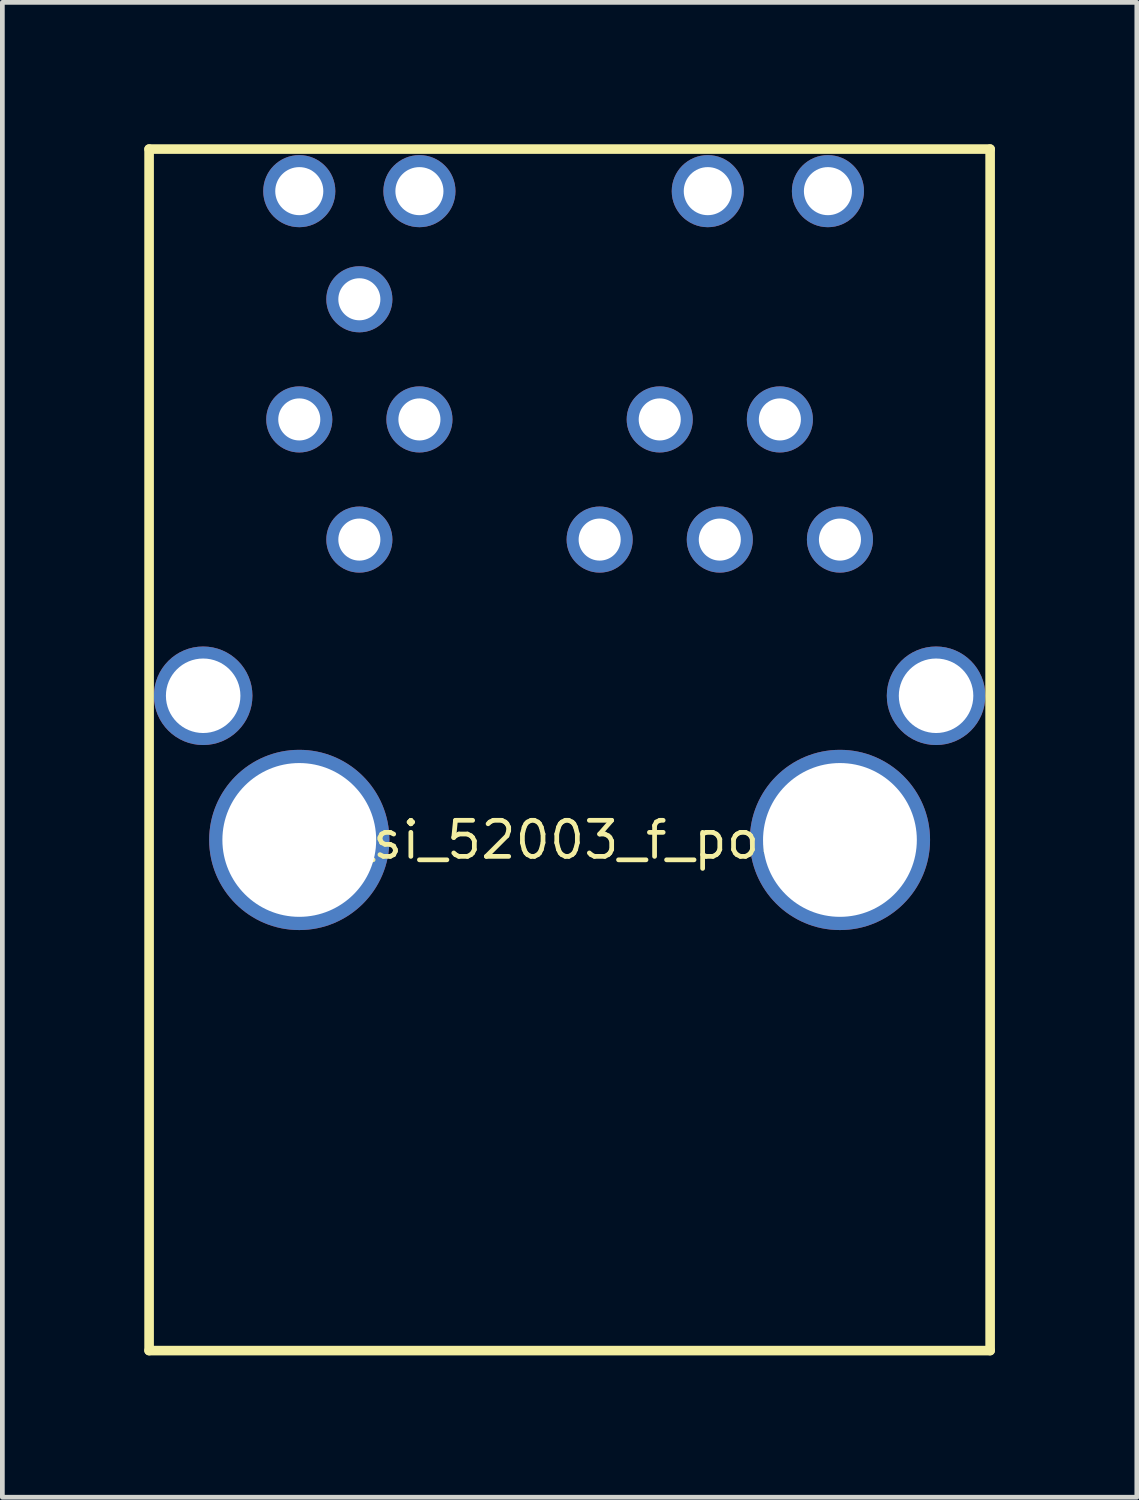
<source format=kicad_pcb>
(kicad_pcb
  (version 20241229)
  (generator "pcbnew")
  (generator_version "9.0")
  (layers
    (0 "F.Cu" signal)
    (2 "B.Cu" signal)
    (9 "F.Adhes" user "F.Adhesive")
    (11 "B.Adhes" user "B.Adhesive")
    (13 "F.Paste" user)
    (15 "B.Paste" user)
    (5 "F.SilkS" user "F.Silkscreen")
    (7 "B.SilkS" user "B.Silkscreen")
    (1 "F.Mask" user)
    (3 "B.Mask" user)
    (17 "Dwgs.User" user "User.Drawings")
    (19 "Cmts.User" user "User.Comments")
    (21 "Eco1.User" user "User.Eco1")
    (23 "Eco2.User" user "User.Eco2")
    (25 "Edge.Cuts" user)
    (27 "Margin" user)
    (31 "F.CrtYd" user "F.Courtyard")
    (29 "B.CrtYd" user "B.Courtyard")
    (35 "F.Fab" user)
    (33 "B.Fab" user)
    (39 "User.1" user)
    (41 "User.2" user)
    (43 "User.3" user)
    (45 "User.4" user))
  (footprint "rj45_si_52003_f_poe_eth"
    (layer "F.Cu")
    (at 8.992 14.707)
    (property "Reference" "rj45_si_52003_f_poe_eth" (at 0 0 0) (layer "F.SilkS") (effects (font (size 0.762 0.762) (thickness 0.1))))
    (attr through_hole)
    (fp_poly (pts (xy -6.556 -3.048) (xy -6.578 -3.28) (xy -6.646 -3.504) (xy -6.756 -3.71) (xy -6.905 -3.89) (xy -7.085 -4.039) (xy -7.291 -4.149) (xy -7.515 -4.217) (xy -7.747 -4.239) (xy -7.979 -4.217) (xy -8.203 -4.149) (xy -8.409 -4.039) (xy -8.589 -3.89) (xy -8.738 -3.71) (xy -8.848 -3.504) (xy -8.916 -3.28) (xy -8.938 -3.048) (xy -8.916 -2.816) (xy -8.848 -2.592) (xy -8.738 -2.386) (xy -8.589 -2.206) (xy -8.409 -2.057) (xy -8.203 -1.947) (xy -7.979 -1.879) (xy -7.747 -1.857) (xy -7.515 -1.879) (xy -7.291 -1.947) (xy -7.085 -2.057) (xy -6.905 -2.206) (xy -6.756 -2.386) (xy -6.646 -2.592) (xy -6.578 -2.816)) (stroke (width 0) (type solid)) (fill yes) (layer "F.Mask"))
    (fp_poly (pts (xy -4.867 -8.89) (xy -4.883 -9.056) (xy -4.931 -9.215) (xy -5.009 -9.361) (xy -5.115 -9.49) (xy -5.244 -9.596) (xy -5.39 -9.674) (xy -5.549 -9.722) (xy -5.715 -9.739) (xy -5.881 -9.722) (xy -6.04 -9.674) (xy -6.186 -9.596) (xy -6.315 -9.49) (xy -6.421 -9.361) (xy -6.499 -9.215) (xy -6.547 -9.056) (xy -6.564 -8.89) (xy -6.547 -8.724) (xy -6.499 -8.565) (xy -6.421 -8.419) (xy -6.315 -8.29) (xy -6.186 -8.184) (xy -6.04 -8.106) (xy -5.881 -8.058) (xy -5.715 -8.041) (xy -5.549 -8.058) (xy -5.39 -8.106) (xy -5.244 -8.184) (xy -5.115 -8.29) (xy -5.009 -8.419) (xy -4.931 -8.565) (xy -4.883 -8.724)) (stroke (width 0) (type solid)) (fill yes) (layer "F.Mask"))
    (fp_poly (pts (xy -4.803 -13.716) (xy -4.821 -13.894) (xy -4.872 -14.065) (xy -4.957 -14.223) (xy -5.07 -14.361) (xy -5.208 -14.474) (xy -5.366 -14.559) (xy -5.537 -14.61) (xy -5.715 -14.628) (xy -5.893 -14.61) (xy -6.064 -14.559) (xy -6.222 -14.474) (xy -6.36 -14.361) (xy -6.473 -14.223) (xy -6.558 -14.065) (xy -6.609 -13.894) (xy -6.627 -13.716) (xy -6.609 -13.538) (xy -6.558 -13.367) (xy -6.473 -13.209) (xy -6.36 -13.071) (xy -6.222 -12.958) (xy -6.064 -12.873) (xy -5.893 -12.822) (xy -5.715 -12.804) (xy -5.537 -12.822) (xy -5.366 -12.873) (xy -5.208 -12.958) (xy -5.07 -13.071) (xy -4.957 -13.209) (xy -4.872 -13.367) (xy -4.821 -13.538)) (stroke (width 0) (type solid)) (fill yes) (layer "F.Mask"))
    (fp_poly (pts (xy -3.66 0) (xy -3.699 -0.401) (xy -3.816 -0.786) (xy -4.006 -1.142) (xy -4.262 -1.453) (xy -4.573 -1.709) (xy -4.929 -1.899) (xy -5.314 -2.016) (xy -5.715 -2.055) (xy -6.116 -2.016) (xy -6.501 -1.899) (xy -6.857 -1.709) (xy -7.168 -1.453) (xy -7.424 -1.142) (xy -7.614 -0.786) (xy -7.731 -0.401) (xy -7.77 0) (xy -7.731 0.401) (xy -7.614 0.786) (xy -7.424 1.142) (xy -7.168 1.453) (xy -6.857 1.709) (xy -6.501 1.899) (xy -6.116 2.016) (xy -5.715 2.055) (xy -5.314 2.016) (xy -4.929 1.899) (xy -4.573 1.709) (xy -4.262 1.453) (xy -4.006 1.142) (xy -3.816 0.786) (xy -3.699 0.401)) (stroke (width 0) (type solid)) (fill yes) (layer "F.Mask"))
    (fp_poly (pts (xy -3.596 -11.43) (xy -3.613 -11.596) (xy -3.661 -11.755) (xy -3.739 -11.901) (xy -3.845 -12.03) (xy -3.974 -12.136) (xy -4.12 -12.214) (xy -4.279 -12.262) (xy -4.445 -12.278) (xy -4.611 -12.262) (xy -4.77 -12.214) (xy -4.916 -12.136) (xy -5.045 -12.03) (xy -5.151 -11.901) (xy -5.229 -11.755) (xy -5.277 -11.596) (xy -5.293 -11.43) (xy -5.277 -11.264) (xy -5.229 -11.105) (xy -5.151 -10.959) (xy -5.045 -10.83) (xy -4.916 -10.724) (xy -4.77 -10.646) (xy -4.611 -10.598) (xy -4.445 -10.582) (xy -4.279 -10.598) (xy -4.12 -10.646) (xy -3.974 -10.724) (xy -3.845 -10.83) (xy -3.739 -10.959) (xy -3.661 -11.105) (xy -3.613 -11.264)) (stroke (width 0) (type solid)) (fill yes) (layer "F.Mask"))
    (fp_poly (pts (xy -3.596 -6.35) (xy -3.613 -6.516) (xy -3.661 -6.675) (xy -3.739 -6.821) (xy -3.845 -6.95) (xy -3.974 -7.056) (xy -4.12 -7.134) (xy -4.279 -7.182) (xy -4.445 -7.199) (xy -4.611 -7.182) (xy -4.77 -7.134) (xy -4.916 -7.056) (xy -5.045 -6.95) (xy -5.151 -6.821) (xy -5.229 -6.675) (xy -5.277 -6.516) (xy -5.293 -6.35) (xy -5.277 -6.184) (xy -5.229 -6.025) (xy -5.151 -5.879) (xy -5.045 -5.75) (xy -4.916 -5.644) (xy -4.77 -5.566) (xy -4.611 -5.518) (xy -4.445 -5.502) (xy -4.279 -5.518) (xy -4.12 -5.566) (xy -3.974 -5.644) (xy -3.845 -5.75) (xy -3.739 -5.879) (xy -3.661 -6.025) (xy -3.613 -6.184)) (stroke (width 0) (type solid)) (fill yes) (layer "F.Mask"))
    (fp_poly (pts (xy -2.326 -8.89) (xy -2.343 -9.056) (xy -2.391 -9.215) (xy -2.469 -9.361) (xy -2.575 -9.49) (xy -2.704 -9.596) (xy -2.85 -9.674) (xy -3.009 -9.722) (xy -3.175 -9.739) (xy -3.341 -9.722) (xy -3.5 -9.674) (xy -3.646 -9.596) (xy -3.775 -9.49) (xy -3.881 -9.361) (xy -3.959 -9.215) (xy -4.007 -9.056) (xy -4.024 -8.89) (xy -4.007 -8.724) (xy -3.959 -8.565) (xy -3.881 -8.419) (xy -3.775 -8.29) (xy -3.646 -8.184) (xy -3.5 -8.106) (xy -3.341 -8.058) (xy -3.175 -8.041) (xy -3.009 -8.058) (xy -2.85 -8.106) (xy -2.704 -8.184) (xy -2.575 -8.29) (xy -2.469 -8.419) (xy -2.391 -8.565) (xy -2.343 -8.724)) (stroke (width 0) (type solid)) (fill yes) (layer "F.Mask"))
    (fp_poly (pts (xy -2.263 -13.716) (xy -2.281 -13.894) (xy -2.332 -14.065) (xy -2.417 -14.223) (xy -2.53 -14.361) (xy -2.668 -14.474) (xy -2.826 -14.559) (xy -2.997 -14.61) (xy -3.175 -14.628) (xy -3.353 -14.61) (xy -3.524 -14.559) (xy -3.682 -14.474) (xy -3.82 -14.361) (xy -3.933 -14.223) (xy -4.018 -14.065) (xy -4.069 -13.894) (xy -4.087 -13.716) (xy -4.069 -13.538) (xy -4.018 -13.367) (xy -3.933 -13.209) (xy -3.82 -13.071) (xy -3.682 -12.958) (xy -3.524 -12.873) (xy -3.353 -12.822) (xy -3.175 -12.804) (xy -2.997 -12.822) (xy -2.826 -12.873) (xy -2.668 -12.958) (xy -2.53 -13.071) (xy -2.417 -13.209) (xy -2.332 -13.367) (xy -2.281 -13.538)) (stroke (width 0) (type solid)) (fill yes) (layer "F.Mask"))
    (fp_poly (pts (xy 1.484 -6.35) (xy 1.467 -6.516) (xy 1.419 -6.675) (xy 1.341 -6.821) (xy 1.235 -6.95) (xy 1.106 -7.056) (xy 0.96 -7.134) (xy 0.801 -7.182) (xy 0.635 -7.199) (xy 0.469 -7.182) (xy 0.31 -7.134) (xy 0.164 -7.056) (xy 0.035 -6.95) (xy -0.071 -6.821) (xy -0.149 -6.675) (xy -0.197 -6.516) (xy -0.213 -6.35) (xy -0.197 -6.184) (xy -0.149 -6.025) (xy -0.071 -5.879) (xy 0.035 -5.75) (xy 0.164 -5.644) (xy 0.31 -5.566) (xy 0.469 -5.518) (xy 0.635 -5.502) (xy 0.801 -5.518) (xy 0.96 -5.566) (xy 1.106 -5.644) (xy 1.235 -5.75) (xy 1.341 -5.879) (xy 1.419 -6.025) (xy 1.467 -6.184)) (stroke (width 0) (type solid)) (fill yes) (layer "F.Mask"))
    (fp_poly (pts (xy 2.753 -8.89) (xy 2.737 -9.056) (xy 2.689 -9.215) (xy 2.611 -9.361) (xy 2.505 -9.49) (xy 2.376 -9.596) (xy 2.23 -9.674) (xy 2.071 -9.722) (xy 1.905 -9.739) (xy 1.739 -9.722) (xy 1.58 -9.674) (xy 1.434 -9.596) (xy 1.305 -9.49) (xy 1.199 -9.361) (xy 1.121 -9.215) (xy 1.073 -9.056) (xy 1.056 -8.89) (xy 1.073 -8.724) (xy 1.121 -8.565) (xy 1.199 -8.419) (xy 1.305 -8.29) (xy 1.434 -8.184) (xy 1.58 -8.106) (xy 1.739 -8.058) (xy 1.905 -8.041) (xy 2.071 -8.058) (xy 2.23 -8.106) (xy 2.376 -8.184) (xy 2.505 -8.29) (xy 2.611 -8.419) (xy 2.689 -8.565) (xy 2.737 -8.724)) (stroke (width 0) (type solid)) (fill yes) (layer "F.Mask"))
    (fp_poly (pts (xy 3.833 -13.716) (xy 3.815 -13.894) (xy 3.764 -14.065) (xy 3.679 -14.223) (xy 3.566 -14.361) (xy 3.428 -14.474) (xy 3.27 -14.559) (xy 3.099 -14.61) (xy 2.921 -14.628) (xy 2.743 -14.61) (xy 2.572 -14.559) (xy 2.414 -14.474) (xy 2.276 -14.361) (xy 2.163 -14.223) (xy 2.078 -14.065) (xy 2.027 -13.894) (xy 2.009 -13.716) (xy 2.027 -13.538) (xy 2.078 -13.367) (xy 2.163 -13.209) (xy 2.276 -13.071) (xy 2.414 -12.958) (xy 2.572 -12.873) (xy 2.743 -12.822) (xy 2.921 -12.804) (xy 3.099 -12.822) (xy 3.27 -12.873) (xy 3.428 -12.958) (xy 3.566 -13.071) (xy 3.679 -13.209) (xy 3.764 -13.367) (xy 3.815 -13.538)) (stroke (width 0) (type solid)) (fill yes) (layer "F.Mask"))
    (fp_poly (pts (xy 4.024 -6.35) (xy 4.007 -6.516) (xy 3.959 -6.675) (xy 3.881 -6.821) (xy 3.775 -6.95) (xy 3.646 -7.056) (xy 3.5 -7.134) (xy 3.341 -7.182) (xy 3.175 -7.199) (xy 3.009 -7.182) (xy 2.85 -7.134) (xy 2.704 -7.056) (xy 2.575 -6.95) (xy 2.469 -6.821) (xy 2.391 -6.675) (xy 2.343 -6.516) (xy 2.326 -6.35) (xy 2.343 -6.184) (xy 2.391 -6.025) (xy 2.469 -5.879) (xy 2.575 -5.75) (xy 2.704 -5.644) (xy 2.85 -5.566) (xy 3.009 -5.518) (xy 3.175 -5.502) (xy 3.341 -5.518) (xy 3.5 -5.566) (xy 3.646 -5.644) (xy 3.775 -5.75) (xy 3.881 -5.879) (xy 3.959 -6.025) (xy 4.007 -6.184)) (stroke (width 0) (type solid)) (fill yes) (layer "F.Mask"))
    (fp_poly (pts (xy 5.293 -8.89) (xy 5.277 -9.056) (xy 5.229 -9.215) (xy 5.151 -9.361) (xy 5.045 -9.49) (xy 4.916 -9.596) (xy 4.77 -9.674) (xy 4.611 -9.722) (xy 4.445 -9.739) (xy 4.279 -9.722) (xy 4.12 -9.674) (xy 3.974 -9.596) (xy 3.845 -9.49) (xy 3.739 -9.361) (xy 3.661 -9.215) (xy 3.613 -9.056) (xy 3.596 -8.89) (xy 3.613 -8.724) (xy 3.661 -8.565) (xy 3.739 -8.419) (xy 3.845 -8.29) (xy 3.974 -8.184) (xy 4.12 -8.106) (xy 4.279 -8.058) (xy 4.445 -8.041) (xy 4.611 -8.058) (xy 4.77 -8.106) (xy 4.916 -8.184) (xy 5.045 -8.29) (xy 5.151 -8.419) (xy 5.229 -8.565) (xy 5.277 -8.724)) (stroke (width 0) (type solid)) (fill yes) (layer "F.Mask"))
    (fp_poly (pts (xy 6.373 -13.716) (xy 6.355 -13.894) (xy 6.304 -14.065) (xy 6.219 -14.223) (xy 6.106 -14.361) (xy 5.968 -14.474) (xy 5.81 -14.559) (xy 5.639 -14.61) (xy 5.461 -14.628) (xy 5.283 -14.61) (xy 5.112 -14.559) (xy 4.954 -14.474) (xy 4.816 -14.361) (xy 4.703 -14.223) (xy 4.618 -14.065) (xy 4.567 -13.894) (xy 4.549 -13.716) (xy 4.567 -13.538) (xy 4.618 -13.367) (xy 4.703 -13.209) (xy 4.816 -13.071) (xy 4.954 -12.958) (xy 5.112 -12.873) (xy 5.283 -12.822) (xy 5.461 -12.804) (xy 5.639 -12.822) (xy 5.81 -12.873) (xy 5.968 -12.958) (xy 6.106 -13.071) (xy 6.219 -13.209) (xy 6.304 -13.367) (xy 6.355 -13.538)) (stroke (width 0) (type solid)) (fill yes) (layer "F.Mask"))
    (fp_poly (pts (xy 6.564 -6.35) (xy 6.547 -6.516) (xy 6.499 -6.675) (xy 6.421 -6.821) (xy 6.315 -6.95) (xy 6.186 -7.056) (xy 6.04 -7.134) (xy 5.881 -7.182) (xy 5.715 -7.199) (xy 5.549 -7.182) (xy 5.39 -7.134) (xy 5.244 -7.056) (xy 5.115 -6.95) (xy 5.009 -6.821) (xy 4.931 -6.675) (xy 4.883 -6.516) (xy 4.867 -6.35) (xy 4.883 -6.184) (xy 4.931 -6.025) (xy 5.009 -5.879) (xy 5.115 -5.75) (xy 5.244 -5.644) (xy 5.39 -5.566) (xy 5.549 -5.518) (xy 5.715 -5.502) (xy 5.881 -5.518) (xy 6.04 -5.566) (xy 6.186 -5.644) (xy 6.315 -5.75) (xy 6.421 -5.879) (xy 6.499 -6.025) (xy 6.547 -6.184)) (stroke (width 0) (type solid)) (fill yes) (layer "F.Mask"))
    (fp_poly (pts (xy 7.77 0) (xy 7.731 -0.401) (xy 7.614 -0.786) (xy 7.424 -1.142) (xy 7.168 -1.453) (xy 6.857 -1.709) (xy 6.501 -1.899) (xy 6.116 -2.016) (xy 5.715 -2.055) (xy 5.314 -2.016) (xy 4.929 -1.899) (xy 4.573 -1.709) (xy 4.262 -1.453) (xy 4.006 -1.142) (xy 3.816 -0.786) (xy 3.699 -0.401) (xy 3.66 0) (xy 3.699 0.401) (xy 3.816 0.786) (xy 4.006 1.142) (xy 4.262 1.453) (xy 4.573 1.709) (xy 4.929 1.899) (xy 5.314 2.016) (xy 5.715 2.055) (xy 6.116 2.016) (xy 6.501 1.899) (xy 6.857 1.709) (xy 7.168 1.453) (xy 7.424 1.142) (xy 7.614 0.786) (xy 7.731 0.401)) (stroke (width 0) (type solid)) (fill yes) (layer "F.Mask"))
    (fp_poly (pts (xy 8.938 -3.048) (xy 8.916 -3.28) (xy 8.848 -3.504) (xy 8.738 -3.71) (xy 8.589 -3.89) (xy 8.409 -4.039) (xy 8.203 -4.149) (xy 7.979 -4.217) (xy 7.747 -4.239) (xy 7.515 -4.217) (xy 7.291 -4.149) (xy 7.085 -4.039) (xy 6.905 -3.89) (xy 6.756 -3.71) (xy 6.646 -3.504) (xy 6.578 -3.28) (xy 6.556 -3.048) (xy 6.578 -2.816) (xy 6.646 -2.592) (xy 6.756 -2.386) (xy 6.905 -2.206) (xy 7.085 -2.057) (xy 7.291 -1.947) (xy 7.515 -1.879) (xy 7.747 -1.857) (xy 7.979 -1.879) (xy 8.203 -1.947) (xy 8.409 -2.057) (xy 8.589 -2.206) (xy 8.738 -2.386) (xy 8.848 -2.592) (xy 8.916 -2.816)) (stroke (width 0) (type solid)) (fill yes) (layer "F.Mask"))
    (fp_poly (pts (xy -6.556 -3.048) (xy -6.578 -3.28) (xy -6.646 -3.504) (xy -6.756 -3.71) (xy -6.905 -3.89) (xy -7.085 -4.039) (xy -7.291 -4.149) (xy -7.515 -4.217) (xy -7.747 -4.239) (xy -7.979 -4.217) (xy -8.203 -4.149) (xy -8.409 -4.039) (xy -8.589 -3.89) (xy -8.738 -3.71) (xy -8.848 -3.504) (xy -8.916 -3.28) (xy -8.938 -3.048) (xy -8.916 -2.816) (xy -8.848 -2.592) (xy -8.738 -2.386) (xy -8.589 -2.206) (xy -8.409 -2.057) (xy -8.203 -1.947) (xy -7.979 -1.879) (xy -7.747 -1.857) (xy -7.515 -1.879) (xy -7.291 -1.947) (xy -7.085 -2.057) (xy -6.905 -2.206) (xy -6.756 -2.386) (xy -6.646 -2.592) (xy -6.578 -2.816)) (stroke (width 0) (type solid)) (fill yes) (layer "B.Mask"))
    (fp_poly (pts (xy -4.867 -8.89) (xy -4.883 -9.056) (xy -4.931 -9.215) (xy -5.009 -9.361) (xy -5.115 -9.49) (xy -5.244 -9.596) (xy -5.39 -9.674) (xy -5.549 -9.722) (xy -5.715 -9.739) (xy -5.881 -9.722) (xy -6.04 -9.674) (xy -6.186 -9.596) (xy -6.315 -9.49) (xy -6.421 -9.361) (xy -6.499 -9.215) (xy -6.547 -9.056) (xy -6.564 -8.89) (xy -6.547 -8.724) (xy -6.499 -8.565) (xy -6.421 -8.419) (xy -6.315 -8.29) (xy -6.186 -8.184) (xy -6.04 -8.106) (xy -5.881 -8.058) (xy -5.715 -8.041) (xy -5.549 -8.058) (xy -5.39 -8.106) (xy -5.244 -8.184) (xy -5.115 -8.29) (xy -5.009 -8.419) (xy -4.931 -8.565) (xy -4.883 -8.724)) (stroke (width 0) (type solid)) (fill yes) (layer "B.Mask"))
    (fp_poly (pts (xy -4.803 -13.716) (xy -4.821 -13.894) (xy -4.872 -14.065) (xy -4.957 -14.223) (xy -5.07 -14.361) (xy -5.208 -14.474) (xy -5.366 -14.559) (xy -5.537 -14.61) (xy -5.715 -14.628) (xy -5.893 -14.61) (xy -6.064 -14.559) (xy -6.222 -14.474) (xy -6.36 -14.361) (xy -6.473 -14.223) (xy -6.558 -14.065) (xy -6.609 -13.894) (xy -6.627 -13.716) (xy -6.609 -13.538) (xy -6.558 -13.367) (xy -6.473 -13.209) (xy -6.36 -13.071) (xy -6.222 -12.958) (xy -6.064 -12.873) (xy -5.893 -12.822) (xy -5.715 -12.804) (xy -5.537 -12.822) (xy -5.366 -12.873) (xy -5.208 -12.958) (xy -5.07 -13.071) (xy -4.957 -13.209) (xy -4.872 -13.367) (xy -4.821 -13.538)) (stroke (width 0) (type solid)) (fill yes) (layer "B.Mask"))
    (fp_poly (pts (xy -3.66 0) (xy -3.699 -0.401) (xy -3.816 -0.786) (xy -4.006 -1.142) (xy -4.262 -1.453) (xy -4.573 -1.709) (xy -4.929 -1.899) (xy -5.314 -2.016) (xy -5.715 -2.055) (xy -6.116 -2.016) (xy -6.501 -1.899) (xy -6.857 -1.709) (xy -7.168 -1.453) (xy -7.424 -1.142) (xy -7.614 -0.786) (xy -7.731 -0.401) (xy -7.77 0) (xy -7.731 0.401) (xy -7.614 0.786) (xy -7.424 1.142) (xy -7.168 1.453) (xy -6.857 1.709) (xy -6.501 1.899) (xy -6.116 2.016) (xy -5.715 2.055) (xy -5.314 2.016) (xy -4.929 1.899) (xy -4.573 1.709) (xy -4.262 1.453) (xy -4.006 1.142) (xy -3.816 0.786) (xy -3.699 0.401)) (stroke (width 0) (type solid)) (fill yes) (layer "B.Mask"))
    (fp_poly (pts (xy -3.596 -11.43) (xy -3.613 -11.596) (xy -3.661 -11.755) (xy -3.739 -11.901) (xy -3.845 -12.03) (xy -3.974 -12.136) (xy -4.12 -12.214) (xy -4.279 -12.262) (xy -4.445 -12.278) (xy -4.611 -12.262) (xy -4.77 -12.214) (xy -4.916 -12.136) (xy -5.045 -12.03) (xy -5.151 -11.901) (xy -5.229 -11.755) (xy -5.277 -11.596) (xy -5.293 -11.43) (xy -5.277 -11.264) (xy -5.229 -11.105) (xy -5.151 -10.959) (xy -5.045 -10.83) (xy -4.916 -10.724) (xy -4.77 -10.646) (xy -4.611 -10.598) (xy -4.445 -10.582) (xy -4.279 -10.598) (xy -4.12 -10.646) (xy -3.974 -10.724) (xy -3.845 -10.83) (xy -3.739 -10.959) (xy -3.661 -11.105) (xy -3.613 -11.264)) (stroke (width 0) (type solid)) (fill yes) (layer "B.Mask"))
    (fp_poly (pts (xy -3.596 -6.35) (xy -3.613 -6.516) (xy -3.661 -6.675) (xy -3.739 -6.821) (xy -3.845 -6.95) (xy -3.974 -7.056) (xy -4.12 -7.134) (xy -4.279 -7.182) (xy -4.445 -7.199) (xy -4.611 -7.182) (xy -4.77 -7.134) (xy -4.916 -7.056) (xy -5.045 -6.95) (xy -5.151 -6.821) (xy -5.229 -6.675) (xy -5.277 -6.516) (xy -5.293 -6.35) (xy -5.277 -6.184) (xy -5.229 -6.025) (xy -5.151 -5.879) (xy -5.045 -5.75) (xy -4.916 -5.644) (xy -4.77 -5.566) (xy -4.611 -5.518) (xy -4.445 -5.502) (xy -4.279 -5.518) (xy -4.12 -5.566) (xy -3.974 -5.644) (xy -3.845 -5.75) (xy -3.739 -5.879) (xy -3.661 -6.025) (xy -3.613 -6.184)) (stroke (width 0) (type solid)) (fill yes) (layer "B.Mask"))
    (fp_poly (pts (xy -2.326 -8.89) (xy -2.343 -9.056) (xy -2.391 -9.215) (xy -2.469 -9.361) (xy -2.575 -9.49) (xy -2.704 -9.596) (xy -2.85 -9.674) (xy -3.009 -9.722) (xy -3.175 -9.739) (xy -3.341 -9.722) (xy -3.5 -9.674) (xy -3.646 -9.596) (xy -3.775 -9.49) (xy -3.881 -9.361) (xy -3.959 -9.215) (xy -4.007 -9.056) (xy -4.024 -8.89) (xy -4.007 -8.724) (xy -3.959 -8.565) (xy -3.881 -8.419) (xy -3.775 -8.29) (xy -3.646 -8.184) (xy -3.5 -8.106) (xy -3.341 -8.058) (xy -3.175 -8.041) (xy -3.009 -8.058) (xy -2.85 -8.106) (xy -2.704 -8.184) (xy -2.575 -8.29) (xy -2.469 -8.419) (xy -2.391 -8.565) (xy -2.343 -8.724)) (stroke (width 0) (type solid)) (fill yes) (layer "B.Mask"))
    (fp_poly (pts (xy -2.263 -13.716) (xy -2.281 -13.894) (xy -2.332 -14.065) (xy -2.417 -14.223) (xy -2.53 -14.361) (xy -2.668 -14.474) (xy -2.826 -14.559) (xy -2.997 -14.61) (xy -3.175 -14.628) (xy -3.353 -14.61) (xy -3.524 -14.559) (xy -3.682 -14.474) (xy -3.82 -14.361) (xy -3.933 -14.223) (xy -4.018 -14.065) (xy -4.069 -13.894) (xy -4.087 -13.716) (xy -4.069 -13.538) (xy -4.018 -13.367) (xy -3.933 -13.209) (xy -3.82 -13.071) (xy -3.682 -12.958) (xy -3.524 -12.873) (xy -3.353 -12.822) (xy -3.175 -12.804) (xy -2.997 -12.822) (xy -2.826 -12.873) (xy -2.668 -12.958) (xy -2.53 -13.071) (xy -2.417 -13.209) (xy -2.332 -13.367) (xy -2.281 -13.538)) (stroke (width 0) (type solid)) (fill yes) (layer "B.Mask"))
    (fp_poly (pts (xy 1.484 -6.35) (xy 1.467 -6.516) (xy 1.419 -6.675) (xy 1.341 -6.821) (xy 1.235 -6.95) (xy 1.106 -7.056) (xy 0.96 -7.134) (xy 0.801 -7.182) (xy 0.635 -7.199) (xy 0.469 -7.182) (xy 0.31 -7.134) (xy 0.164 -7.056) (xy 0.035 -6.95) (xy -0.071 -6.821) (xy -0.149 -6.675) (xy -0.197 -6.516) (xy -0.213 -6.35) (xy -0.197 -6.184) (xy -0.149 -6.025) (xy -0.071 -5.879) (xy 0.035 -5.75) (xy 0.164 -5.644) (xy 0.31 -5.566) (xy 0.469 -5.518) (xy 0.635 -5.502) (xy 0.801 -5.518) (xy 0.96 -5.566) (xy 1.106 -5.644) (xy 1.235 -5.75) (xy 1.341 -5.879) (xy 1.419 -6.025) (xy 1.467 -6.184)) (stroke (width 0) (type solid)) (fill yes) (layer "B.Mask"))
    (fp_poly (pts (xy 2.753 -8.89) (xy 2.737 -9.056) (xy 2.689 -9.215) (xy 2.611 -9.361) (xy 2.505 -9.49) (xy 2.376 -9.596) (xy 2.23 -9.674) (xy 2.071 -9.722) (xy 1.905 -9.739) (xy 1.739 -9.722) (xy 1.58 -9.674) (xy 1.434 -9.596) (xy 1.305 -9.49) (xy 1.199 -9.361) (xy 1.121 -9.215) (xy 1.073 -9.056) (xy 1.056 -8.89) (xy 1.073 -8.724) (xy 1.121 -8.565) (xy 1.199 -8.419) (xy 1.305 -8.29) (xy 1.434 -8.184) (xy 1.58 -8.106) (xy 1.739 -8.058) (xy 1.905 -8.041) (xy 2.071 -8.058) (xy 2.23 -8.106) (xy 2.376 -8.184) (xy 2.505 -8.29) (xy 2.611 -8.419) (xy 2.689 -8.565) (xy 2.737 -8.724)) (stroke (width 0) (type solid)) (fill yes) (layer "B.Mask"))
    (fp_poly (pts (xy 3.833 -13.716) (xy 3.815 -13.894) (xy 3.764 -14.065) (xy 3.679 -14.223) (xy 3.566 -14.361) (xy 3.428 -14.474) (xy 3.27 -14.559) (xy 3.099 -14.61) (xy 2.921 -14.628) (xy 2.743 -14.61) (xy 2.572 -14.559) (xy 2.414 -14.474) (xy 2.276 -14.361) (xy 2.163 -14.223) (xy 2.078 -14.065) (xy 2.027 -13.894) (xy 2.009 -13.716) (xy 2.027 -13.538) (xy 2.078 -13.367) (xy 2.163 -13.209) (xy 2.276 -13.071) (xy 2.414 -12.958) (xy 2.572 -12.873) (xy 2.743 -12.822) (xy 2.921 -12.804) (xy 3.099 -12.822) (xy 3.27 -12.873) (xy 3.428 -12.958) (xy 3.566 -13.071) (xy 3.679 -13.209) (xy 3.764 -13.367) (xy 3.815 -13.538)) (stroke (width 0) (type solid)) (fill yes) (layer "B.Mask"))
    (fp_poly (pts (xy 4.024 -6.35) (xy 4.007 -6.516) (xy 3.959 -6.675) (xy 3.881 -6.821) (xy 3.775 -6.95) (xy 3.646 -7.056) (xy 3.5 -7.134) (xy 3.341 -7.182) (xy 3.175 -7.199) (xy 3.009 -7.182) (xy 2.85 -7.134) (xy 2.704 -7.056) (xy 2.575 -6.95) (xy 2.469 -6.821) (xy 2.391 -6.675) (xy 2.343 -6.516) (xy 2.326 -6.35) (xy 2.343 -6.184) (xy 2.391 -6.025) (xy 2.469 -5.879) (xy 2.575 -5.75) (xy 2.704 -5.644) (xy 2.85 -5.566) (xy 3.009 -5.518) (xy 3.175 -5.502) (xy 3.341 -5.518) (xy 3.5 -5.566) (xy 3.646 -5.644) (xy 3.775 -5.75) (xy 3.881 -5.879) (xy 3.959 -6.025) (xy 4.007 -6.184)) (stroke (width 0) (type solid)) (fill yes) (layer "B.Mask"))
    (fp_poly (pts (xy 5.293 -8.89) (xy 5.277 -9.056) (xy 5.229 -9.215) (xy 5.151 -9.361) (xy 5.045 -9.49) (xy 4.916 -9.596) (xy 4.77 -9.674) (xy 4.611 -9.722) (xy 4.445 -9.739) (xy 4.279 -9.722) (xy 4.12 -9.674) (xy 3.974 -9.596) (xy 3.845 -9.49) (xy 3.739 -9.361) (xy 3.661 -9.215) (xy 3.613 -9.056) (xy 3.596 -8.89) (xy 3.613 -8.724) (xy 3.661 -8.565) (xy 3.739 -8.419) (xy 3.845 -8.29) (xy 3.974 -8.184) (xy 4.12 -8.106) (xy 4.279 -8.058) (xy 4.445 -8.041) (xy 4.611 -8.058) (xy 4.77 -8.106) (xy 4.916 -8.184) (xy 5.045 -8.29) (xy 5.151 -8.419) (xy 5.229 -8.565) (xy 5.277 -8.724)) (stroke (width 0) (type solid)) (fill yes) (layer "B.Mask"))
    (fp_poly (pts (xy 6.373 -13.716) (xy 6.355 -13.894) (xy 6.304 -14.065) (xy 6.219 -14.223) (xy 6.106 -14.361) (xy 5.968 -14.474) (xy 5.81 -14.559) (xy 5.639 -14.61) (xy 5.461 -14.628) (xy 5.283 -14.61) (xy 5.112 -14.559) (xy 4.954 -14.474) (xy 4.816 -14.361) (xy 4.703 -14.223) (xy 4.618 -14.065) (xy 4.567 -13.894) (xy 4.549 -13.716) (xy 4.567 -13.538) (xy 4.618 -13.367) (xy 4.703 -13.209) (xy 4.816 -13.071) (xy 4.954 -12.958) (xy 5.112 -12.873) (xy 5.283 -12.822) (xy 5.461 -12.804) (xy 5.639 -12.822) (xy 5.81 -12.873) (xy 5.968 -12.958) (xy 6.106 -13.071) (xy 6.219 -13.209) (xy 6.304 -13.367) (xy 6.355 -13.538)) (stroke (width 0) (type solid)) (fill yes) (layer "B.Mask"))
    (fp_poly (pts (xy 6.564 -6.35) (xy 6.547 -6.516) (xy 6.499 -6.675) (xy 6.421 -6.821) (xy 6.315 -6.95) (xy 6.186 -7.056) (xy 6.04 -7.134) (xy 5.881 -7.182) (xy 5.715 -7.199) (xy 5.549 -7.182) (xy 5.39 -7.134) (xy 5.244 -7.056) (xy 5.115 -6.95) (xy 5.009 -6.821) (xy 4.931 -6.675) (xy 4.883 -6.516) (xy 4.867 -6.35) (xy 4.883 -6.184) (xy 4.931 -6.025) (xy 5.009 -5.879) (xy 5.115 -5.75) (xy 5.244 -5.644) (xy 5.39 -5.566) (xy 5.549 -5.518) (xy 5.715 -5.502) (xy 5.881 -5.518) (xy 6.04 -5.566) (xy 6.186 -5.644) (xy 6.315 -5.75) (xy 6.421 -5.879) (xy 6.499 -6.025) (xy 6.547 -6.184)) (stroke (width 0) (type solid)) (fill yes) (layer "B.Mask"))
    (fp_poly (pts (xy 7.77 0) (xy 7.731 -0.401) (xy 7.614 -0.786) (xy 7.424 -1.142) (xy 7.168 -1.453) (xy 6.857 -1.709) (xy 6.501 -1.899) (xy 6.116 -2.016) (xy 5.715 -2.055) (xy 5.314 -2.016) (xy 4.929 -1.899) (xy 4.573 -1.709) (xy 4.262 -1.453) (xy 4.006 -1.142) (xy 3.816 -0.786) (xy 3.699 -0.401) (xy 3.66 0) (xy 3.699 0.401) (xy 3.816 0.786) (xy 4.006 1.142) (xy 4.262 1.453) (xy 4.573 1.709) (xy 4.929 1.899) (xy 5.314 2.016) (xy 5.715 2.055) (xy 6.116 2.016) (xy 6.501 1.899) (xy 6.857 1.709) (xy 7.168 1.453) (xy 7.424 1.142) (xy 7.614 0.786) (xy 7.731 0.401)) (stroke (width 0) (type solid)) (fill yes) (layer "B.Mask"))
    (fp_poly (pts (xy 8.938 -3.048) (xy 8.916 -3.28) (xy 8.848 -3.504) (xy 8.738 -3.71) (xy 8.589 -3.89) (xy 8.409 -4.039) (xy 8.203 -4.149) (xy 7.979 -4.217) (xy 7.747 -4.239) (xy 7.515 -4.217) (xy 7.291 -4.149) (xy 7.085 -4.039) (xy 6.905 -3.89) (xy 6.756 -3.71) (xy 6.646 -3.504) (xy 6.578 -3.28) (xy 6.556 -3.048) (xy 6.578 -2.816) (xy 6.646 -2.592) (xy 6.756 -2.386) (xy 6.905 -2.206) (xy 7.085 -2.057) (xy 7.291 -1.947) (xy 7.515 -1.879) (xy 7.747 -1.857) (xy 7.979 -1.879) (xy 8.203 -1.947) (xy 8.409 -2.057) (xy 8.589 -2.206) (xy 8.738 -2.386) (xy 8.848 -2.592) (xy 8.916 -2.816)) (stroke (width 0) (type solid)) (fill yes) (layer "B.Mask"))
    (fp_line (start -8.89 10.795) (end -8.89 -14.605) (stroke (width 0.203) (type solid)) (layer "F.SilkS"))
    (fp_line (start 8.89 -14.605) (end -8.89 -14.605) (stroke (width 0.203) (type solid)) (layer "F.SilkS"))
    (fp_line (start 8.89 10.795) (end -8.89 10.795) (stroke (width 0.203) (type solid)) (layer "F.SilkS"))
    (fp_line (start 8.89 10.795) (end 8.89 -14.605) (stroke (width 0.203) (type solid)) (layer "F.SilkS"))
    (pad "1" thru_hole circle (at 5.715 -6.35) (size 1.397 1.397) (drill 0.889) (layers "*.Cu"))
    (pad "2" thru_hole circle (at 4.445 -8.89) (size 1.397 1.397) (drill 0.889) (layers "*.Cu"))
    (pad "3" thru_hole circle (at 3.175 -6.35) (size 1.397 1.397) (drill 0.889) (layers "*.Cu"))
    (pad "4" thru_hole circle (at 1.905 -8.89) (size 1.397 1.397) (drill 0.889) (layers "*.Cu"))
    (pad "5" thru_hole circle (at 0.635 -6.35) (size 1.397 1.397) (drill 0.889) (layers "*.Cu"))
    (pad "6" thru_hole circle (at -7.747 -3.048) (size 2.083 2.083) (drill 1.575) (layers "*.Cu"))
    (pad "7" thru_hole circle (at 7.747 -3.048) (size 2.083 2.083) (drill 1.575) (layers "*.Cu"))
    (pad "8" thru_hole circle (at -3.175 -8.89) (size 1.397 1.397) (drill 0.889) (layers "*.Cu"))
    (pad "9" thru_hole circle (at -4.445 -6.35) (size 1.397 1.397) (drill 0.889) (layers "*.Cu"))
    (pad "10" thru_hole circle (at -5.715 -8.89) (size 1.397 1.397) (drill 0.889) (layers "*.Cu"))
    (pad "11" thru_hole circle (at -4.445 -11.43) (size 1.397 1.397) (drill 0.889) (layers "*.Cu"))
    (pad "12" thru_hole circle (at -5.715 -13.716) (size 1.524 1.524) (drill 1.016) (layers "*.Cu"))
    (pad "13" thru_hole circle (at -3.175 -13.716) (size 1.524 1.524) (drill 1.016) (layers "*.Cu"))
    (pad "14" thru_hole circle (at 2.921 -13.716) (size 1.524 1.524) (drill 1.016) (layers "*.Cu"))
    (pad "15" thru_hole circle (at 5.461 -13.716) (size 1.524 1.524) (drill 1.016) (layers "*.Cu"))
    (pad "16" thru_hole circle (at -5.715 0) (size 3.81 3.81) (drill 3.251) (layers "*.Cu"))
    (pad "17" thru_hole circle (at 5.715 0) (size 3.81 3.81) (drill 3.251) (layers "*.Cu")))
  (gr_rect
    (start -3 -3)
    (end 20.983 28.603)
    (stroke (width 0.1) (type default))
    (fill no)
    (layer "Edge.Cuts")))
</source>
